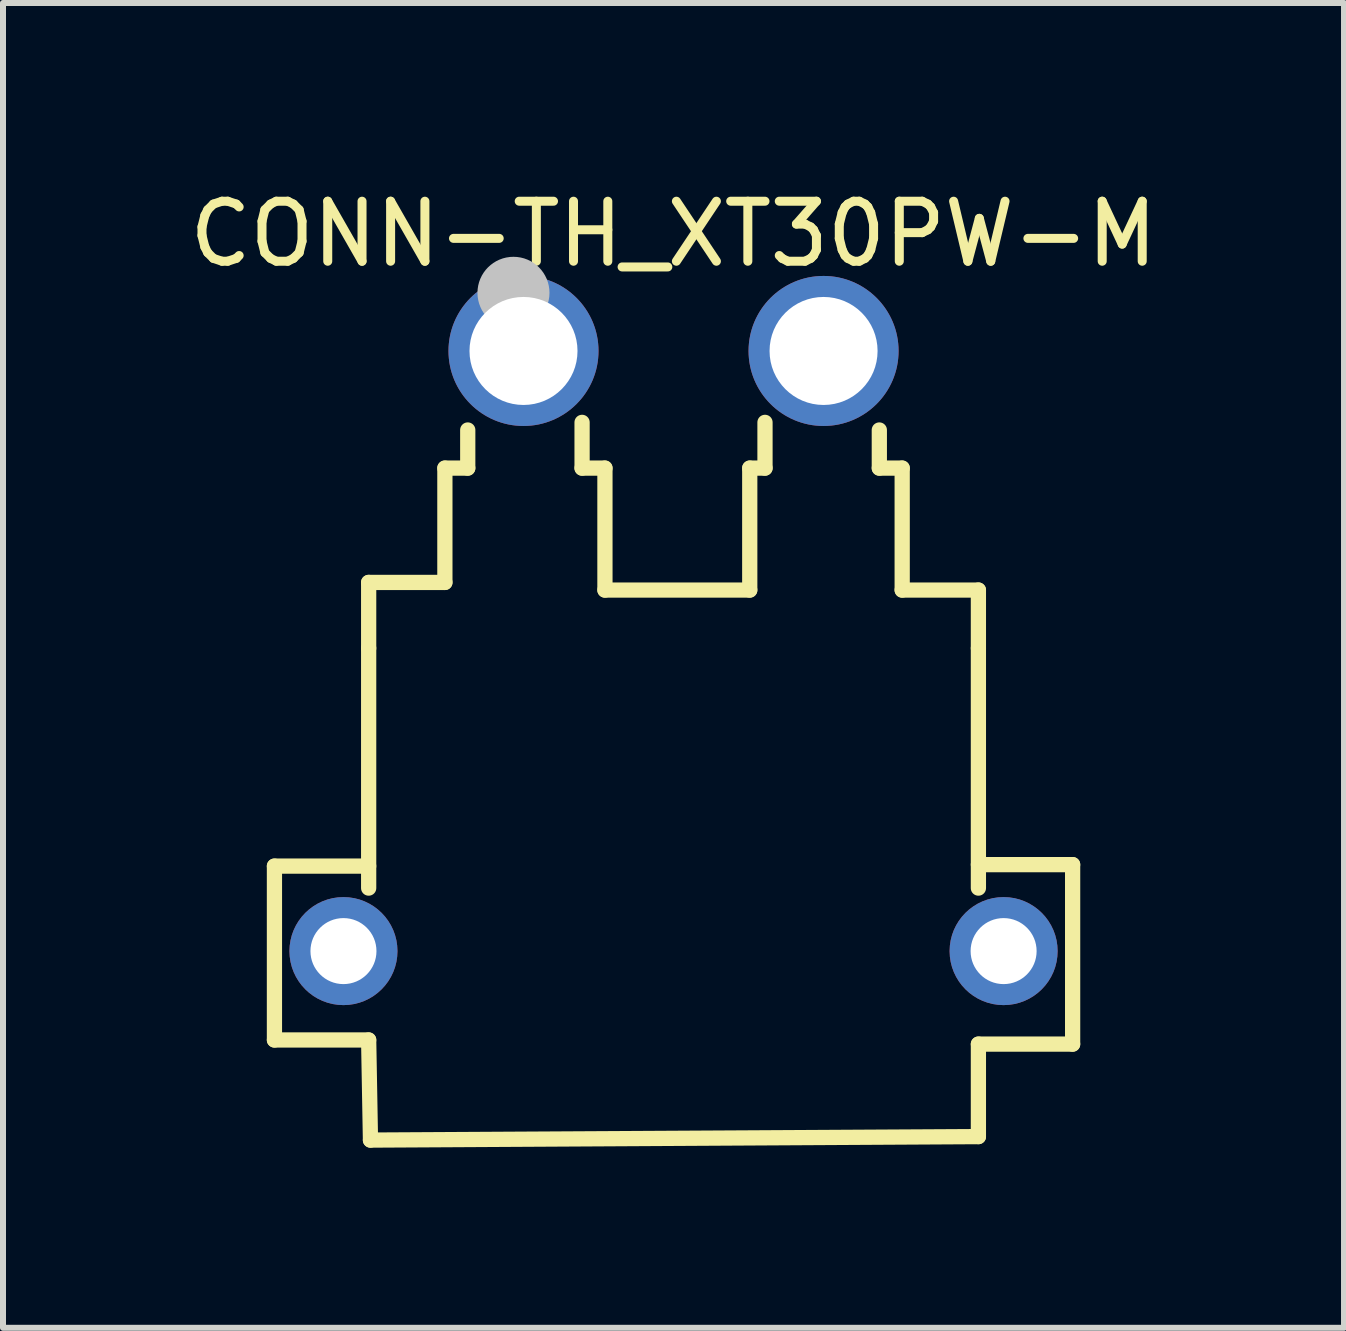
<source format=kicad_pcb>
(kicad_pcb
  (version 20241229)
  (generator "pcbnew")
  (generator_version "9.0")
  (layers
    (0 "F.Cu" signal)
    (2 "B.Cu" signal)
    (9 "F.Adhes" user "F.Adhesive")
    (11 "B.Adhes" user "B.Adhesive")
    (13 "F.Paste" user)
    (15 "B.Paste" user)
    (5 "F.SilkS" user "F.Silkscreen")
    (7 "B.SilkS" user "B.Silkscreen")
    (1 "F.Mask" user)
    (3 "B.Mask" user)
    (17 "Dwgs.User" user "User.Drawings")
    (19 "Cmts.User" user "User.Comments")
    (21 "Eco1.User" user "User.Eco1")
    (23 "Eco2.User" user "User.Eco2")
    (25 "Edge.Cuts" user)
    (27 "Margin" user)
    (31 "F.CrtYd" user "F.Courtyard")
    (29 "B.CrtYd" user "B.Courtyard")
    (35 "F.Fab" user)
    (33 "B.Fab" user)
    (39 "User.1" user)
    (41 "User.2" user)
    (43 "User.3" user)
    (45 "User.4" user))
  (footprint "CONN-TH_XT30PW-M"
    (layer "F.Cu")
    (at 8.173 7.798)
    (property "Reference" "CONN-TH_XT30PW-M" (at 0 -6.95 180) (layer "F.SilkS") (effects (font (size 1 1) (thickness 0.15))))
    (fp_line (start -6.65 3.584) (end -6.65 6.481) (stroke (width 0.254) (type default)) (layer "F.SilkS"))
    (fp_line (start -6.65 3.584) (end -5.08 3.584) (stroke (width 0.254) (type default)) (layer "F.SilkS"))
    (fp_line (start -6.65 6.481) (end -5.08 6.481) (stroke (width 0.254) (type default)) (layer "F.SilkS"))
    (fp_line (start -5.08 -1.143) (end -5.08 -0.047) (stroke (width 0.254) (type default)) (layer "F.SilkS"))
    (fp_line (start -5.08 3.95) (end -5.08 -0.047) (stroke (width 0.254) (type default)) (layer "F.SilkS"))
    (fp_line (start -5.08 6.481) (end -5.05 8.149) (stroke (width 0.254) (type default)) (layer "F.SilkS"))
    (fp_line (start -5.05 8.149) (end 5.08 8.091) (stroke (width 0.254) (type default)) (layer "F.SilkS"))
    (fp_line (start -3.81 -3.048) (end -3.81 -1.143) (stroke (width 0.254) (type default)) (layer "F.SilkS"))
    (fp_line (start -3.81 -1.143) (end -5.08 -1.143) (stroke (width 0.254) (type default)) (layer "F.SilkS"))
    (fp_line (start -3.429 -3.683) (end -3.429 -3.048) (stroke (width 0.254) (type default)) (layer "F.SilkS"))
    (fp_line (start -3.429 -3.048) (end -3.81 -3.048) (stroke (width 0.254) (type default)) (layer "F.SilkS"))
    (fp_line (start -1.524 -3.81) (end -1.524 -3.048) (stroke (width 0.254) (type default)) (layer "F.SilkS"))
    (fp_line (start -1.524 -3.048) (end -1.143 -3.048) (stroke (width 0.254) (type default)) (layer "F.SilkS"))
    (fp_line (start -1.143 -3.048) (end -1.143 -1.016) (stroke (width 0.254) (type default)) (layer "F.SilkS"))
    (fp_line (start -1.143 -1.016) (end 1.27 -1.016) (stroke (width 0.254) (type default)) (layer "F.SilkS"))
    (fp_line (start 1.27 -3.048) (end 1.524 -3.048) (stroke (width 0.254) (type default)) (layer "F.SilkS"))
    (fp_line (start 1.27 -1.016) (end 1.27 -3.048) (stroke (width 0.254) (type default)) (layer "F.SilkS"))
    (fp_line (start 1.524 -3.048) (end 1.524 -3.81) (stroke (width 0.254) (type default)) (layer "F.SilkS"))
    (fp_line (start 3.429 -3.683) (end 3.429 -3.048) (stroke (width 0.254) (type default)) (layer "F.SilkS"))
    (fp_line (start 3.429 -3.048) (end 3.81 -3.048) (stroke (width 0.254) (type default)) (layer "F.SilkS"))
    (fp_line (start 3.81 -3.048) (end 3.81 -1.016) (stroke (width 0.254) (type default)) (layer "F.SilkS"))
    (fp_line (start 3.81 -1.016) (end 5.08 -1.016) (stroke (width 0.254) (type default)) (layer "F.SilkS"))
    (fp_line (start 5.08 -1.016) (end 5.08 -0.047) (stroke (width 0.254) (type default)) (layer "F.SilkS"))
    (fp_line (start 5.08 3.559) (end 6.65 3.559) (stroke (width 0.254) (type default)) (layer "F.SilkS"))
    (fp_line (start 5.08 3.95) (end 5.08 -0.047) (stroke (width 0.254) (type default)) (layer "F.SilkS"))
    (fp_line (start 5.08 6.55) (end 6.65 6.55) (stroke (width 0.254) (type default)) (layer "F.SilkS"))
    (fp_line (start 5.08 8.091) (end 5.08 6.55) (stroke (width 0.254) (type default)) (layer "F.SilkS"))
    (fp_line (start 6.65 3.559) (end 6.65 6.55) (stroke (width 0.254) (type default)) (layer "F.SilkS"))
    (fp_circle (center -2.667 -5.969) (end -2.367 -5.969) (stroke (width 0.6) (type default)) (fill no) (layer "Dwgs.User"))
    (fp_poly (pts (xy -5.128 4.951) (xy -5.154 4.856) (xy -5.202 4.772) (xy -5.272 4.702) (xy -5.356 4.654) (xy -5.451 4.628) (xy -5.549 4.628) (xy -5.644 4.654) (xy -5.728 4.702) (xy -5.798 4.772) (xy -5.846 4.856) (xy -5.872 4.951) (xy -5.872 5.049) (xy -5.846 5.144) (xy -5.798 5.228) (xy -5.728 5.298) (xy -5.644 5.346) (xy -5.549 5.372) (xy -5.451 5.372) (xy -5.356 5.346) (xy -5.272 5.298) (xy -5.202 5.228) (xy -5.154 5.144) (xy -5.128 5.049)) (stroke (width 0.1) (type default)) (fill no) (layer "User.1"))
    (fp_poly (pts (xy 5.872 4.951) (xy 5.846 4.856) (xy 5.798 4.772) (xy 5.728 4.702) (xy 5.644 4.654) (xy 5.549 4.628) (xy 5.451 4.628) (xy 5.356 4.654) (xy 5.272 4.702) (xy 5.202 4.772) (xy 5.154 4.856) (xy 5.128 4.951) (xy 5.128 5.049) (xy 5.154 5.144) (xy 5.202 5.228) (xy 5.272 5.298) (xy 5.356 5.346) (xy 5.451 5.372) (xy 5.549 5.372) (xy 5.644 5.346) (xy 5.728 5.298) (xy 5.798 5.228) (xy 5.846 5.144) (xy 5.872 5.049)) (stroke (width 0.1) (type default)) (fill no) (layer "User.1"))
    (fp_poly (pts (xy -1.853 -5.064) (xy -1.878 -5.189) (xy -1.927 -5.306) (xy -1.998 -5.412) (xy -2.088 -5.502) (xy -2.194 -5.573) (xy -2.311 -5.622) (xy -2.436 -5.647) (xy -2.564 -5.647) (xy -2.689 -5.622) (xy -2.806 -5.573) (xy -2.912 -5.502) (xy -3.002 -5.412) (xy -3.073 -5.306) (xy -3.122 -5.189) (xy -3.147 -5.064) (xy -3.147 -4.936) (xy -3.122 -4.811) (xy -3.073 -4.694) (xy -3.002 -4.588) (xy -2.912 -4.498) (xy -2.806 -4.427) (xy -2.689 -4.378) (xy -2.564 -4.353) (xy -2.436 -4.353) (xy -2.311 -4.378) (xy -2.194 -4.427) (xy -2.088 -4.498) (xy -1.998 -4.588) (xy -1.927 -4.694) (xy -1.878 -4.811) (xy -1.853 -4.936)) (stroke (width 0.1) (type default)) (fill no) (layer "User.1"))
    (fp_poly (pts (xy 3.147 -5.064) (xy 3.122 -5.189) (xy 3.073 -5.306) (xy 3.002 -5.412) (xy 2.912 -5.502) (xy 2.806 -5.573) (xy 2.689 -5.622) (xy 2.564 -5.647) (xy 2.436 -5.647) (xy 2.311 -5.622) (xy 2.194 -5.573) (xy 2.088 -5.502) (xy 1.998 -5.412) (xy 1.927 -5.306) (xy 1.878 -5.189) (xy 1.853 -5.064) (xy 1.853 -4.936) (xy 1.878 -4.811) (xy 1.927 -4.694) (xy 1.998 -4.588) (xy 2.088 -4.498) (xy 2.194 -4.427) (xy 2.311 -4.378) (xy 2.436 -4.353) (xy 2.564 -4.353) (xy 2.689 -4.378) (xy 2.806 -4.427) (xy 2.912 -4.498) (xy 3.002 -4.588) (xy 3.073 -4.694) (xy 3.122 -4.811) (xy 3.147 -4.936)) (stroke (width 0.1) (type default)) (fill no) (layer "User.1"))
    (fp_line (start -6.65 4.514) (end -6.638 4.442) (stroke (width 0.051) (type default)) (layer "User.2"))
    (fp_line (start -6.65 5.44) (end -6.65 4.514) (stroke (width 0.051) (type default)) (layer "User.2"))
    (fp_line (start -6.641 5.518) (end -6.65 5.44) (stroke (width 0.051) (type default)) (layer "User.2"))
    (fp_line (start -6.638 4.442) (end -6.611 4.359) (stroke (width 0.051) (type default)) (layer "User.2"))
    (fp_line (start -6.614 5.592) (end -6.641 5.518) (stroke (width 0.051) (type default)) (layer "User.2"))
    (fp_line (start -6.611 4.359) (end -6.561 4.275) (stroke (width 0.051) (type default)) (layer "User.2"))
    (fp_line (start -6.565 5.683) (end -6.614 5.592) (stroke (width 0.051) (type default)) (layer "User.2"))
    (fp_line (start -6.561 4.275) (end -6.502 4.217) (stroke (width 0.051) (type default)) (layer "User.2"))
    (fp_line (start -6.507 5.736) (end -6.565 5.683) (stroke (width 0.051) (type default)) (layer "User.2"))
    (fp_line (start -6.502 4.217) (end -6.415 4.166) (stroke (width 0.051) (type default)) (layer "User.2"))
    (fp_line (start -6.429 5.788) (end -6.507 5.736) (stroke (width 0.051) (type default)) (layer "User.2"))
    (fp_line (start -6.415 4.166) (end -6.335 4.136) (stroke (width 0.051) (type default)) (layer "User.2"))
    (fp_line (start -6.346 5.822) (end -6.429 5.788) (stroke (width 0.051) (type default)) (layer "User.2"))
    (fp_line (start -6.335 4.136) (end -4.947 4.128) (stroke (width 0.051) (type default)) (layer "User.2"))
    (fp_line (start -6.251 5.83) (end -6.346 5.822) (stroke (width 0.051) (type default)) (layer "User.2"))
    (fp_line (start -4.955 -1.024) (end -3.741 -1.02) (stroke (width 0.051) (type default)) (layer "User.2"))
    (fp_line (start -4.954 5.827) (end -6.251 5.83) (stroke (width 0.051) (type default)) (layer "User.2"))
    (fp_line (start -4.947 4.128) (end -4.955 -1.024) (stroke (width 0.051) (type default)) (layer "User.2"))
    (fp_line (start -4.94 8.05) (end -4.954 5.827) (stroke (width 0.051) (type default)) (layer "User.2"))
    (fp_line (start -3.748 -3.019) (end -3.45 -3.017) (stroke (width 0.051) (type default)) (layer "User.2"))
    (fp_line (start -3.741 -1.02) (end -3.748 -3.019) (stroke (width 0.051) (type default)) (layer "User.2"))
    (fp_line (start -3.451 -5.093) (end -3.42 -5.253) (stroke (width 0.051) (type default)) (layer "User.2"))
    (fp_line (start -3.45 -3.017) (end -3.451 -5.093) (stroke (width 0.051) (type default)) (layer "User.2"))
    (fp_line (start -3.42 -5.253) (end -3.372 -5.397) (stroke (width 0.051) (type default)) (layer "User.2"))
    (fp_line (start -3.372 -5.397) (end -3.352 -5.436) (stroke (width 0.051) (type default)) (layer "User.2"))
    (fp_line (start -3.352 -5.436) (end -3.305 -5.543) (stroke (width 0.051) (type default)) (layer "User.2"))
    (fp_line (start -3.352 -5.436) (end -3.352 -5.436) (stroke (width 0.051) (type default)) (layer "User.2"))
    (fp_line (start -3.305 -5.543) (end -3.188 -5.665) (stroke (width 0.051) (type default)) (layer "User.2"))
    (fp_line (start -3.188 -5.665) (end -3.084 -5.774) (stroke (width 0.051) (type default)) (layer "User.2"))
    (fp_line (start -3.084 -5.774) (end -2.947 -5.859) (stroke (width 0.051) (type default)) (layer "User.2"))
    (fp_line (start -2.947 -5.859) (end -2.811 -5.92) (stroke (width 0.051) (type default)) (layer "User.2"))
    (fp_line (start -2.811 -5.92) (end -2.665 -5.963) (stroke (width 0.051) (type default)) (layer "User.2"))
    (fp_line (start -2.665 -5.963) (end -2.489 -5.97) (stroke (width 0.051) (type default)) (layer "User.2"))
    (fp_line (start -2.489 -5.97) (end -2.348 -5.96) (stroke (width 0.051) (type default)) (layer "User.2"))
    (fp_line (start -2.348 -5.96) (end -2.195 -5.92) (stroke (width 0.051) (type default)) (layer "User.2"))
    (fp_line (start -2.195 -5.92) (end -2.046 -5.856) (stroke (width 0.051) (type default)) (layer "User.2"))
    (fp_line (start -2.046 -5.856) (end -1.914 -5.769) (stroke (width 0.051) (type default)) (layer "User.2"))
    (fp_line (start -1.914 -5.769) (end -1.804 -5.66) (stroke (width 0.051) (type default)) (layer "User.2"))
    (fp_line (start -1.804 -5.66) (end -1.694 -5.535) (stroke (width 0.051) (type default)) (layer "User.2"))
    (fp_line (start -1.694 -5.535) (end -1.627 -5.391) (stroke (width 0.051) (type default)) (layer "User.2"))
    (fp_line (start -1.627 -5.391) (end -1.58 -5.247) (stroke (width 0.051) (type default)) (layer "User.2"))
    (fp_line (start -1.58 -5.247) (end -1.548 -5.098) (stroke (width 0.051) (type default)) (layer "User.2"))
    (fp_line (start -1.55 -3.019) (end -1.25 -3.019) (stroke (width 0.051) (type default)) (layer "User.2"))
    (fp_line (start -1.548 -5.098) (end -1.55 -3.019) (stroke (width 0.051) (type default)) (layer "User.2"))
    (fp_line (start -1.25 -3.019) (end -1.25 -1.018) (stroke (width 0.051) (type default)) (layer "User.2"))
    (fp_line (start -1.25 -1.018) (end 1.256 -1.021) (stroke (width 0.051) (type default)) (layer "User.2"))
    (fp_line (start 1.252 -3.018) (end 1.552 -3.022) (stroke (width 0.051) (type default)) (layer "User.2"))
    (fp_line (start 1.256 -1.021) (end 1.252 -3.018) (stroke (width 0.051) (type default)) (layer "User.2"))
    (fp_line (start 1.548 -5.091) (end 1.58 -5.255) (stroke (width 0.051) (type default)) (layer "User.2"))
    (fp_line (start 1.552 -3.022) (end 1.548 -5.091) (stroke (width 0.051) (type default)) (layer "User.2"))
    (fp_line (start 1.58 -5.255) (end 1.631 -5.405) (stroke (width 0.051) (type default)) (layer "User.2"))
    (fp_line (start 1.631 -5.405) (end 1.702 -5.543) (stroke (width 0.051) (type default)) (layer "User.2"))
    (fp_line (start 1.702 -5.543) (end 1.799 -5.659) (stroke (width 0.051) (type default)) (layer "User.2"))
    (fp_line (start 1.799 -5.659) (end 1.921 -5.772) (stroke (width 0.051) (type default)) (layer "User.2"))
    (fp_line (start 1.921 -5.772) (end 2.052 -5.859) (stroke (width 0.051) (type default)) (layer "User.2"))
    (fp_line (start 2.052 -5.859) (end 2.182 -5.918) (stroke (width 0.051) (type default)) (layer "User.2"))
    (fp_line (start 2.182 -5.918) (end 2.338 -5.96) (stroke (width 0.051) (type default)) (layer "User.2"))
    (fp_line (start 2.338 -5.96) (end 2.49 -5.971) (stroke (width 0.051) (type default)) (layer "User.2"))
    (fp_line (start 2.49 -5.971) (end 2.66 -5.961) (stroke (width 0.051) (type default)) (layer "User.2"))
    (fp_line (start 2.66 -5.961) (end 2.815 -5.917) (stroke (width 0.051) (type default)) (layer "User.2"))
    (fp_line (start 2.815 -5.917) (end 2.946 -5.862) (stroke (width 0.051) (type default)) (layer "User.2"))
    (fp_line (start 2.946 -5.862) (end 3.078 -5.769) (stroke (width 0.051) (type default)) (layer "User.2"))
    (fp_line (start 3.078 -5.769) (end 3.207 -5.656) (stroke (width 0.051) (type default)) (layer "User.2"))
    (fp_line (start 3.207 -5.656) (end 3.3 -5.54) (stroke (width 0.051) (type default)) (layer "User.2"))
    (fp_line (start 3.3 -5.54) (end 3.367 -5.403) (stroke (width 0.051) (type default)) (layer "User.2"))
    (fp_line (start 3.367 -5.403) (end 3.419 -5.258) (stroke (width 0.051) (type default)) (layer "User.2"))
    (fp_line (start 3.419 -5.258) (end 3.452 -5.104) (stroke (width 0.051) (type default)) (layer "User.2"))
    (fp_line (start 3.452 -5.104) (end 3.459 -3.022) (stroke (width 0.051) (type default)) (layer "User.2"))
    (fp_line (start 3.459 -3.022) (end 3.74 -3.018) (stroke (width 0.051) (type default)) (layer "User.2"))
    (fp_line (start 3.74 -3.018) (end 3.752 -1.017) (stroke (width 0.051) (type default)) (layer "User.2"))
    (fp_line (start 3.752 -1.017) (end 4.949 -1.023) (stroke (width 0.051) (type default)) (layer "User.2"))
    (fp_line (start 4.941 4.133) (end 6.343 4.139) (stroke (width 0.051) (type default)) (layer "User.2"))
    (fp_line (start 4.949 5.832) (end 4.954 8.047) (stroke (width 0.051) (type default)) (layer "User.2"))
    (fp_line (start 4.949 -1.023) (end 4.941 4.133) (stroke (width 0.051) (type default)) (layer "User.2"))
    (fp_line (start 4.954 8.047) (end -4.94 8.05) (stroke (width 0.051) (type default)) (layer "User.2"))
    (fp_line (start 6.25 5.833) (end 4.949 5.832) (stroke (width 0.051) (type default)) (layer "User.2"))
    (fp_line (start 6.333 5.821) (end 6.25 5.833) (stroke (width 0.051) (type default)) (layer "User.2"))
    (fp_line (start 6.343 4.139) (end 6.448 4.176) (stroke (width 0.051) (type default)) (layer "User.2"))
    (fp_line (start 6.415 5.793) (end 6.333 5.821) (stroke (width 0.051) (type default)) (layer "User.2"))
    (fp_line (start 6.448 4.176) (end 6.492 4.213) (stroke (width 0.051) (type default)) (layer "User.2"))
    (fp_line (start 6.492 4.213) (end 6.569 4.298) (stroke (width 0.051) (type default)) (layer "User.2"))
    (fp_line (start 6.492 5.75) (end 6.415 5.793) (stroke (width 0.051) (type default)) (layer "User.2"))
    (fp_line (start 6.554 5.686) (end 6.492 5.75) (stroke (width 0.051) (type default)) (layer "User.2"))
    (fp_line (start 6.569 4.298) (end 6.644 4.431) (stroke (width 0.051) (type default)) (layer "User.2"))
    (fp_line (start 6.611 5.601) (end 6.554 5.686) (stroke (width 0.051) (type default)) (layer "User.2"))
    (fp_line (start 6.644 4.431) (end 6.65 4.549) (stroke (width 0.051) (type default)) (layer "User.2"))
    (fp_line (start 6.65 4.549) (end 6.65 5.42) (stroke (width 0.051) (type default)) (layer "User.2"))
    (fp_line (start 6.65 5.42) (end 6.65 5.51) (stroke (width 0.051) (type default)) (layer "User.2"))
    (fp_line (start 6.65 5.51) (end 6.611 5.601) (stroke (width 0.051) (type default)) (layer "User.2"))
    (fp_poly (pts (xy -6.595 -5.994) (xy -6.627 -6.027) (xy -6.673 -6.027) (xy -6.705 -5.994) (xy -6.705 -5.949) (xy -6.673 -5.916) (xy -6.627 -5.916) (xy -6.595 -5.949)) (stroke (width 0.1) (type default)) (fill no) (layer "User.3"))
    (pad "1" thru_hole circle (at -2.5 -5) (size 2.5 2.5) (drill 1.8) (layers "*.Cu" "*.Mask"))
    (pad "2" thru_hole circle (at 2.5 -5) (size 2.5 2.5) (drill 1.8) (layers "*.Cu" "*.Mask"))
    (pad "3" thru_hole circle (at 5.5 5) (size 1.8 1.8) (drill 1.1) (layers "*.Cu" "*.Mask"))
    (pad "4" thru_hole circle (at -5.5 5) (size 1.8 1.8) (drill 1.1) (layers "*.Cu" "*.Mask")))
  (gr_rect
    (start -3 -3)
    (end 19.345 19.075)
    (stroke (width 0.1) (type default))
    (fill no)
    (layer "Edge.Cuts")))
</source>
